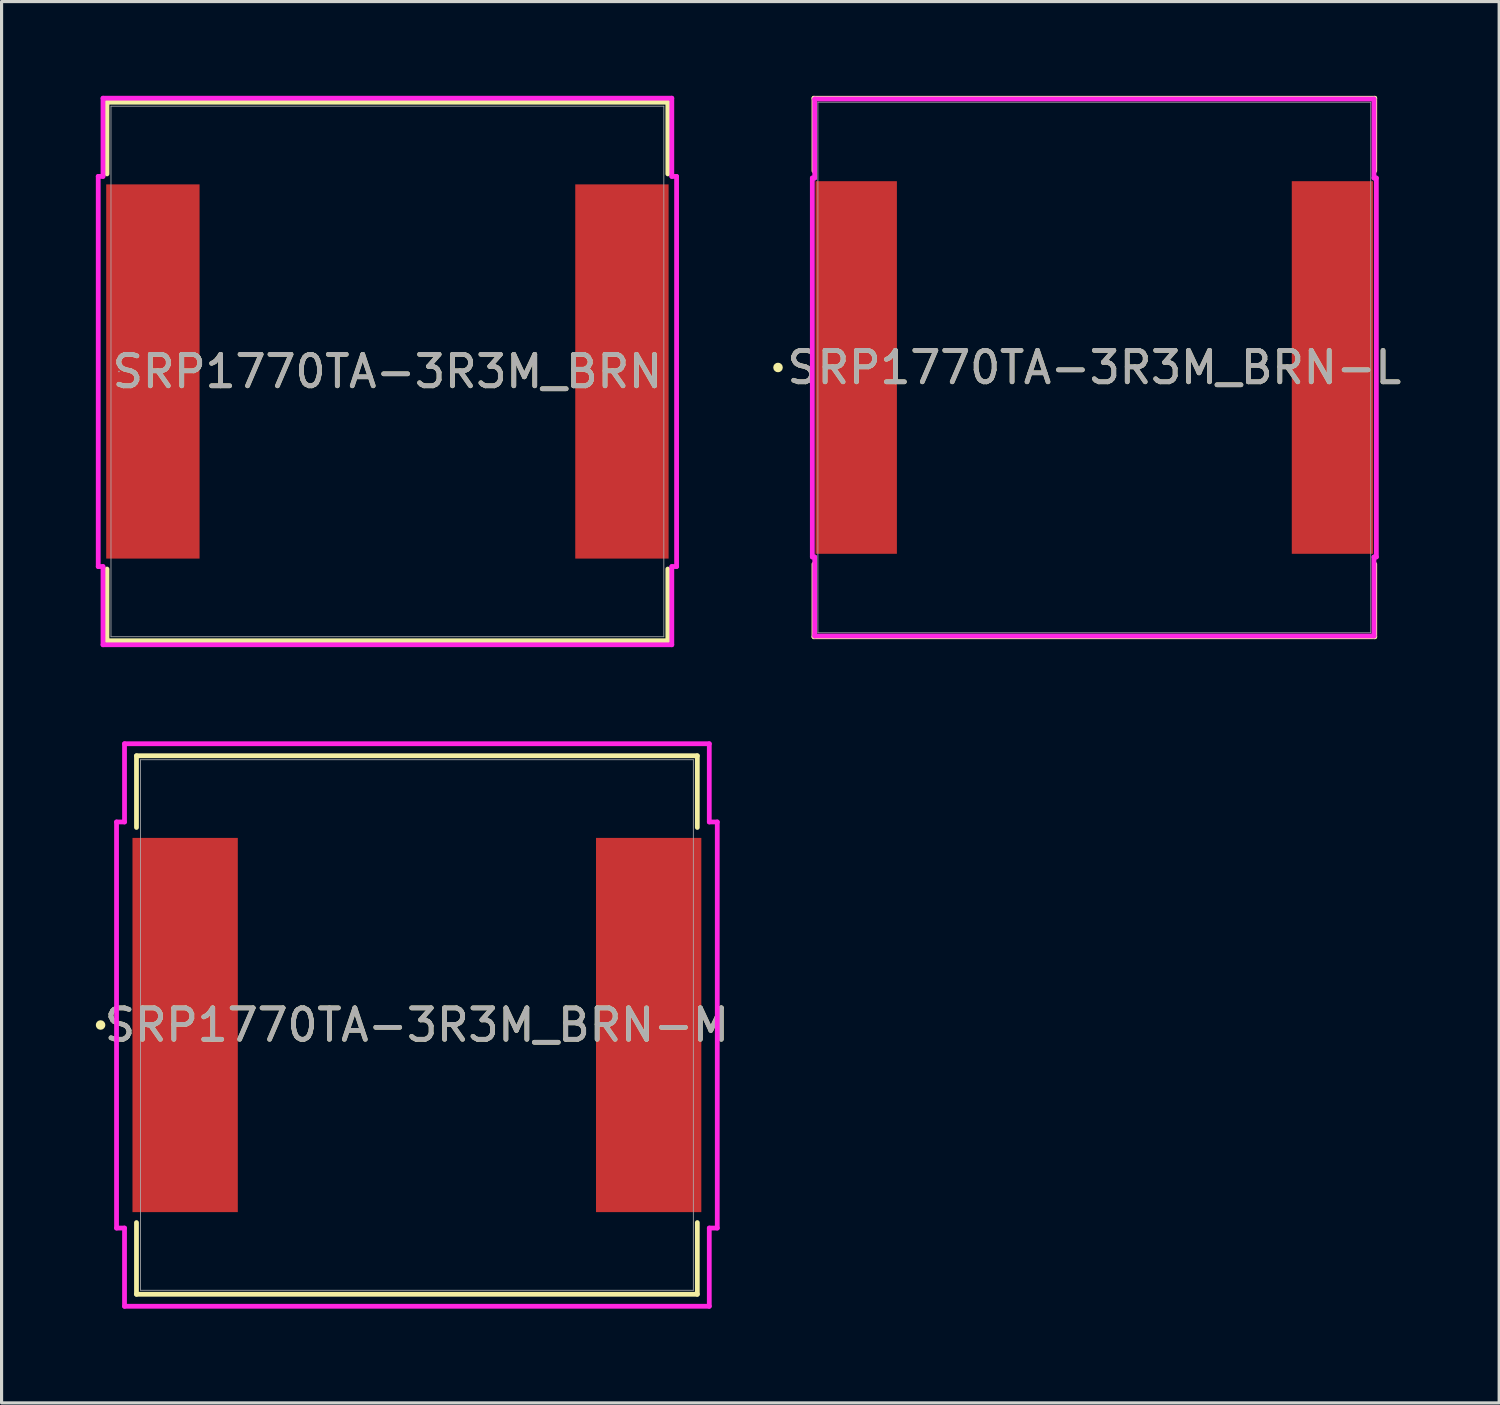
<source format=kicad_pcb>
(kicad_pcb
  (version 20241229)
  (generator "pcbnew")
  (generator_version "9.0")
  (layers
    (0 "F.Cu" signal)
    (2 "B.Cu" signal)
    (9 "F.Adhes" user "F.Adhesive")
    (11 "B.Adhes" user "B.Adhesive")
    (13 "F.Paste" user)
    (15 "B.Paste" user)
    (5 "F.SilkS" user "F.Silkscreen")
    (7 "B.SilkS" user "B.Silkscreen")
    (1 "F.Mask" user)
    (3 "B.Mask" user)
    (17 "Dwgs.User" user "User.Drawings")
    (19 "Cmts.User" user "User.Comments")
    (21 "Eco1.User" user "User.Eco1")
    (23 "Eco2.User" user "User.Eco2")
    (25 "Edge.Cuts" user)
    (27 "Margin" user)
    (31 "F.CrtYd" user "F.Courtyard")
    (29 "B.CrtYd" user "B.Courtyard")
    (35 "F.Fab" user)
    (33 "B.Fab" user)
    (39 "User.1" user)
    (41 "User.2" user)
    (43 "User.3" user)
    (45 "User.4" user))
  (footprint "SRP1770TA-3R3M_BRN-L"
    (layer "F.Cu")
    (at 31.788 8.649)
    (property "Reference" "SRP1770TA-3R3M_BRN-L" (at 0 0 0) (unlocked yes) (layer "F.SilkS") (effects (font (size 1 1) (thickness 0.15))))
    (attr smd)
    (fp_line (start -8.927 -8.572) (end -8.927 -6.26) (stroke (width 0.152) (type solid)) (layer "F.SilkS"))
    (fp_line (start -8.927 6.26) (end -8.927 8.572) (stroke (width 0.152) (type solid)) (layer "F.SilkS"))
    (fp_line (start -8.927 8.572) (end 8.927 8.572) (stroke (width 0.152) (type solid)) (layer "F.SilkS"))
    (fp_line (start 8.927 -8.572) (end -8.927 -8.572) (stroke (width 0.152) (type solid)) (layer "F.SilkS"))
    (fp_line (start 8.927 -6.26) (end 8.927 -8.572) (stroke (width 0.152) (type solid)) (layer "F.SilkS"))
    (fp_line (start 8.927 8.572) (end 8.927 6.26) (stroke (width 0.152) (type solid)) (layer "F.SilkS"))
    (fp_circle (center -10.07 0) (end -9.994 0) (stroke (width 0.152) (type solid)) (fill no) (layer "F.SilkS"))
    (fp_line (start -8.978 -6.032) (end -8.902 -6.032) (stroke (width 0.152) (type solid)) (layer "F.CrtYd"))
    (fp_line (start -8.978 6.032) (end -8.978 -6.032) (stroke (width 0.152) (type solid)) (layer "F.CrtYd"))
    (fp_line (start -8.902 -8.547) (end 8.902 -8.547) (stroke (width 0.152) (type solid)) (layer "F.CrtYd"))
    (fp_line (start -8.902 -6.032) (end -8.902 -8.547) (stroke (width 0.152) (type solid)) (layer "F.CrtYd"))
    (fp_line (start -8.902 6.032) (end -8.978 6.032) (stroke (width 0.152) (type solid)) (layer "F.CrtYd"))
    (fp_line (start -8.902 8.547) (end -8.902 6.032) (stroke (width 0.152) (type solid)) (layer "F.CrtYd"))
    (fp_line (start 8.902 -8.547) (end 8.902 -6.032) (stroke (width 0.152) (type solid)) (layer "F.CrtYd"))
    (fp_line (start 8.902 -6.032) (end 8.978 -6.032) (stroke (width 0.152) (type solid)) (layer "F.CrtYd"))
    (fp_line (start 8.902 6.032) (end 8.902 8.547) (stroke (width 0.152) (type solid)) (layer "F.CrtYd"))
    (fp_line (start 8.902 8.547) (end -8.902 8.547) (stroke (width 0.152) (type solid)) (layer "F.CrtYd"))
    (fp_line (start 8.978 -6.032) (end 8.978 6.032) (stroke (width 0.152) (type solid)) (layer "F.CrtYd"))
    (fp_line (start 8.978 6.032) (end 8.902 6.032) (stroke (width 0.152) (type solid)) (layer "F.CrtYd"))
    (fp_line (start -8.8 -8.445) (end -8.8 8.445) (stroke (width 0.025) (type solid)) (layer "F.Fab"))
    (fp_line (start -8.8 8.445) (end 8.8 8.445) (stroke (width 0.025) (type solid)) (layer "F.Fab"))
    (fp_line (start 8.8 -8.445) (end -8.8 -8.445) (stroke (width 0.025) (type solid)) (layer "F.Fab"))
    (fp_line (start 8.8 8.445) (end 8.8 -8.445) (stroke (width 0.025) (type solid)) (layer "F.Fab"))
    (fp_circle (center -8.546 0) (end -8.47 0) (stroke (width 0.025) (type solid)) (fill no) (layer "F.Fab"))
    (fp_text user "${REFERENCE}" (at 0 0 0) (unlocked yes) (layer "F.Fab") (effects (font (size 1 1) (thickness 0.15))))
    (pad "1" smd rect (at -7.581 0 90) (size 11.862 2.591) (layers "F.Cu" "F.Mask" "F.Paste"))
    (pad "2" smd rect (at 7.581 0 90) (size 11.862 2.591) (layers "F.Cu" "F.Mask" "F.Paste"))
    (zone (net_name "") (layer "F.Cu") (hatch full 0.508) (connect_pads) (min_thickness 0.254) (filled_areas_thickness no) (keepout (tracks not_allowed) (vias not_allowed) (pads allowed) (copperpour not_allowed) (footprints allowed)) (placement (enabled no)) (fill) (polygon (pts (xy 23.038 0.254) (xy 40.537 0.254) (xy 40.537 2.642) (xy 23.038 2.642))))
    (zone (net_name "") (layer "F.Cu") (hatch full 0.508) (connect_pads) (min_thickness 0.254) (filled_areas_thickness no) (keepout (tracks not_allowed) (vias not_allowed) (pads allowed) (copperpour not_allowed) (footprints allowed)) (placement (enabled no)) (fill) (polygon (pts (xy 23.038 14.656) (xy 40.537 14.656) (xy 40.537 17.043) (xy 23.038 17.043))))
    (zone (net_name "") (layer "F.Cu") (hatch full 0.508) (connect_pads) (min_thickness 0.254) (filled_areas_thickness no) (keepout (tracks not_allowed) (vias not_allowed) (pads allowed) (copperpour not_allowed) (footprints allowed)) (placement (enabled no)) (fill) (polygon (pts (xy 25.553 2.642) (xy 38.022 2.642) (xy 38.022 14.656) (xy 25.553 14.656)))))
  (footprint "SRP1770TA-3R3M_BRN"
    (layer "F.Cu")
    (at 9.283 8.776)
    (property "Reference" "SRP1770TA-3R3M_BRN" (at 0 0 0) (unlocked yes) (layer "F.SilkS") (effects (font (size 1 1) (thickness 0.15))))
    (attr smd)
    (fp_line (start -8.927 -8.572) (end -8.927 -6.289) (stroke (width 0.152) (type solid)) (layer "F.SilkS"))
    (fp_line (start -8.927 6.289) (end -8.927 8.572) (stroke (width 0.152) (type solid)) (layer "F.SilkS"))
    (fp_line (start -8.927 8.572) (end 8.927 8.572) (stroke (width 0.152) (type solid)) (layer "F.SilkS"))
    (fp_line (start 8.927 -8.572) (end -8.927 -8.572) (stroke (width 0.152) (type solid)) (layer "F.SilkS"))
    (fp_line (start 8.927 -6.289) (end 8.927 -8.572) (stroke (width 0.152) (type solid)) (layer "F.SilkS"))
    (fp_line (start 8.927 8.572) (end 8.927 6.289) (stroke (width 0.152) (type solid)) (layer "F.SilkS"))
    (fp_line (start -9.206 -6.21) (end -9.054 -6.21) (stroke (width 0.152) (type solid)) (layer "F.CrtYd"))
    (fp_line (start -9.206 6.21) (end -9.206 -6.21) (stroke (width 0.152) (type solid)) (layer "F.CrtYd"))
    (fp_line (start -9.054 -8.7) (end 9.054 -8.7) (stroke (width 0.152) (type solid)) (layer "F.CrtYd"))
    (fp_line (start -9.054 -6.21) (end -9.054 -8.7) (stroke (width 0.152) (type solid)) (layer "F.CrtYd"))
    (fp_line (start -9.054 6.21) (end -9.206 6.21) (stroke (width 0.152) (type solid)) (layer "F.CrtYd"))
    (fp_line (start -9.054 8.7) (end -9.054 6.21) (stroke (width 0.152) (type solid)) (layer "F.CrtYd"))
    (fp_line (start 9.054 -8.7) (end 9.054 -6.21) (stroke (width 0.152) (type solid)) (layer "F.CrtYd"))
    (fp_line (start 9.054 -6.21) (end 9.206 -6.21) (stroke (width 0.152) (type solid)) (layer "F.CrtYd"))
    (fp_line (start 9.054 6.21) (end 9.054 8.7) (stroke (width 0.152) (type solid)) (layer "F.CrtYd"))
    (fp_line (start 9.054 8.7) (end -9.054 8.7) (stroke (width 0.152) (type solid)) (layer "F.CrtYd"))
    (fp_line (start 9.206 -6.21) (end 9.206 6.21) (stroke (width 0.152) (type solid)) (layer "F.CrtYd"))
    (fp_line (start 9.206 6.21) (end 9.054 6.21) (stroke (width 0.152) (type solid)) (layer "F.CrtYd"))
    (fp_line (start -8.8 -8.445) (end -8.8 8.445) (stroke (width 0.025) (type solid)) (layer "F.Fab"))
    (fp_line (start -8.8 8.445) (end 8.8 8.445) (stroke (width 0.025) (type solid)) (layer "F.Fab"))
    (fp_line (start 8.8 -8.445) (end -8.8 -8.445) (stroke (width 0.025) (type solid)) (layer "F.Fab"))
    (fp_line (start 8.8 8.445) (end 8.8 -8.445) (stroke (width 0.025) (type solid)) (layer "F.Fab"))
    (fp_circle (center -8.546 0) (end -8.546 0) (stroke (width 0.025) (type solid)) (fill no) (layer "F.Fab"))
    (fp_text user "${REFERENCE}" (at 0 0 0) (unlocked yes) (layer "F.Fab") (effects (font (size 1 1) (thickness 0.15))))
    (pad "1" smd rect (at -7.466 0 90) (size 11.913 2.972) (layers "F.Cu" "F.Mask" "F.Paste"))
    (pad "2" smd rect (at 7.466 0 90) (size 11.913 2.972) (layers "F.Cu" "F.Mask" "F.Paste"))
    (zone (net_name "") (layer "F.Cu") (hatch full 0.508) (connect_pads) (min_thickness 0.254) (filled_areas_thickness no) (keepout (tracks not_allowed) (vias not_allowed) (pads allowed) (copperpour not_allowed) (footprints allowed)) (placement (enabled no)) (fill) (polygon (pts (xy 0.533 0.381) (xy 18.032 0.381) (xy 18.032 2.769) (xy 0.533 2.769))))
    (zone (net_name "") (layer "F.Cu") (hatch full 0.508) (connect_pads) (min_thickness 0.254) (filled_areas_thickness no) (keepout (tracks not_allowed) (vias not_allowed) (pads allowed) (copperpour not_allowed) (footprints allowed)) (placement (enabled no)) (fill) (polygon (pts (xy 0.533 14.783) (xy 18.032 14.783) (xy 18.032 17.17) (xy 0.533 17.17))))
    (zone (net_name "") (layer "F.Cu") (hatch full 0.508) (connect_pads) (min_thickness 0.254) (filled_areas_thickness no) (keepout (tracks not_allowed) (vias not_allowed) (pads allowed) (copperpour not_allowed) (footprints allowed)) (placement (enabled no)) (fill) (polygon (pts (xy 3.353 2.769) (xy 15.212 2.769) (xy 15.212 14.783) (xy 3.353 14.783)))))
  (footprint "SRP1770TA-3R3M_BRN-M"
    (layer "F.Cu")
    (at 10.222 29.581)
    (property "Reference" "SRP1770TA-3R3M_BRN-M" (at 0 0 0) (unlocked yes) (layer "F.SilkS") (effects (font (size 1 1) (thickness 0.15))))
    (attr smd)
    (fp_line (start -8.927 -8.572) (end -8.927 -6.289) (stroke (width 0.152) (type solid)) (layer "F.SilkS"))
    (fp_line (start -8.927 6.289) (end -8.927 8.572) (stroke (width 0.152) (type solid)) (layer "F.SilkS"))
    (fp_line (start -8.927 8.572) (end 8.927 8.572) (stroke (width 0.152) (type solid)) (layer "F.SilkS"))
    (fp_line (start 8.927 -8.572) (end -8.927 -8.572) (stroke (width 0.152) (type solid)) (layer "F.SilkS"))
    (fp_line (start 8.927 -6.289) (end 8.927 -8.572) (stroke (width 0.152) (type solid)) (layer "F.SilkS"))
    (fp_line (start 8.927 8.572) (end 8.927 6.289) (stroke (width 0.152) (type solid)) (layer "F.SilkS"))
    (fp_circle (center -10.07 0) (end -9.994 0) (stroke (width 0.152) (type solid)) (fill no) (layer "F.SilkS"))
    (fp_line (start -9.562 -6.464) (end -9.308 -6.464) (stroke (width 0.152) (type solid)) (layer "F.CrtYd"))
    (fp_line (start -9.562 6.464) (end -9.562 -6.464) (stroke (width 0.152) (type solid)) (layer "F.CrtYd"))
    (fp_line (start -9.308 -8.954) (end 9.308 -8.954) (stroke (width 0.152) (type solid)) (layer "F.CrtYd"))
    (fp_line (start -9.308 -6.464) (end -9.308 -8.954) (stroke (width 0.152) (type solid)) (layer "F.CrtYd"))
    (fp_line (start -9.308 6.464) (end -9.562 6.464) (stroke (width 0.152) (type solid)) (layer "F.CrtYd"))
    (fp_line (start -9.308 8.954) (end -9.308 6.464) (stroke (width 0.152) (type solid)) (layer "F.CrtYd"))
    (fp_line (start 9.308 -8.954) (end 9.308 -6.464) (stroke (width 0.152) (type solid)) (layer "F.CrtYd"))
    (fp_line (start 9.308 -6.464) (end 9.562 -6.464) (stroke (width 0.152) (type solid)) (layer "F.CrtYd"))
    (fp_line (start 9.308 6.464) (end 9.308 8.954) (stroke (width 0.152) (type solid)) (layer "F.CrtYd"))
    (fp_line (start 9.308 8.954) (end -9.308 8.954) (stroke (width 0.152) (type solid)) (layer "F.CrtYd"))
    (fp_line (start 9.562 -6.464) (end 9.562 6.464) (stroke (width 0.152) (type solid)) (layer "F.CrtYd"))
    (fp_line (start 9.562 6.464) (end 9.308 6.464) (stroke (width 0.152) (type solid)) (layer "F.CrtYd"))
    (fp_line (start -8.8 -8.445) (end -8.8 8.445) (stroke (width 0.025) (type solid)) (layer "F.Fab"))
    (fp_line (start -8.8 8.445) (end 8.8 8.445) (stroke (width 0.025) (type solid)) (layer "F.Fab"))
    (fp_line (start 8.8 -8.445) (end -8.8 -8.445) (stroke (width 0.025) (type solid)) (layer "F.Fab"))
    (fp_line (start 8.8 8.445) (end 8.8 -8.445) (stroke (width 0.025) (type solid)) (layer "F.Fab"))
    (fp_circle (center -8.546 0) (end -8.47 0) (stroke (width 0.025) (type solid)) (fill no) (layer "F.Fab"))
    (fp_text user "${REFERENCE}" (at 0 0 0) (unlocked yes) (layer "F.Fab") (effects (font (size 1 1) (thickness 0.15))))
    (pad "1" smd rect (at -7.378 0 90) (size 11.913 3.353) (layers "F.Cu" "F.Mask" "F.Paste"))
    (pad "2" smd rect (at 7.378 0 90) (size 11.913 3.353) (layers "F.Cu" "F.Mask" "F.Paste"))
    (zone (net_name "") (layer "F.Cu") (hatch full 0.508) (connect_pads) (min_thickness 0.254) (filled_areas_thickness no) (keepout (tracks not_allowed) (vias not_allowed) (pads allowed) (copperpour not_allowed) (footprints allowed)) (placement (enabled no)) (fill) (polygon (pts (xy 1.473 21.186) (xy 18.972 21.186) (xy 18.972 23.574) (xy 1.473 23.574))))
    (zone (net_name "") (layer "F.Cu") (hatch full 0.508) (connect_pads) (min_thickness 0.254) (filled_areas_thickness no) (keepout (tracks not_allowed) (vias not_allowed) (pads allowed) (copperpour not_allowed) (footprints allowed)) (placement (enabled no)) (fill) (polygon (pts (xy 1.473 35.588) (xy 18.972 35.588) (xy 18.972 37.976) (xy 1.473 37.976))))
    (zone (net_name "") (layer "F.Cu") (hatch full 0.508) (connect_pads) (min_thickness 0.254) (filled_areas_thickness no) (keepout (tracks not_allowed) (vias not_allowed) (pads allowed) (copperpour not_allowed) (footprints allowed)) (placement (enabled no)) (fill) (polygon (pts (xy 4.572 23.574) (xy 15.873 23.574) (xy 15.873 35.588) (xy 4.572 35.588)))))
  (gr_rect
    (start -3 -3)
    (end 44.675 41.611)
    (stroke (width 0.1) (type default))
    (fill no)
    (layer "Edge.Cuts")))
</source>
